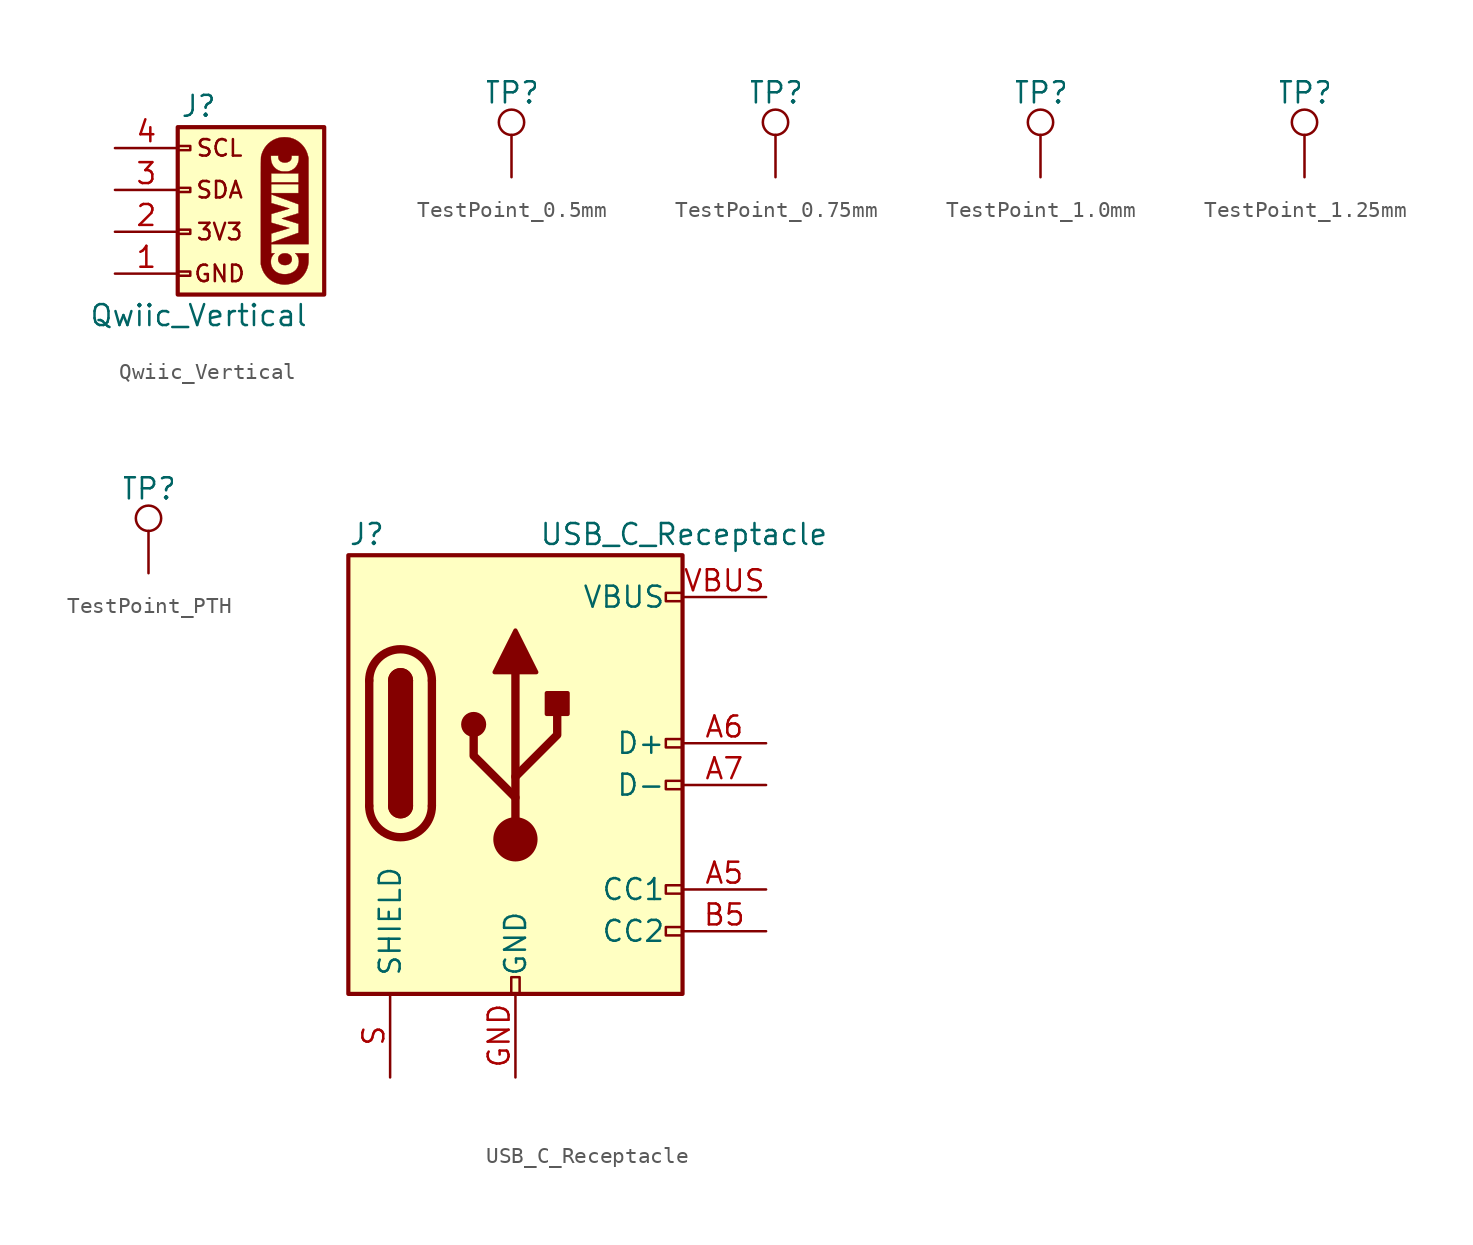
<source format=kicad_sym>
(kicad_symbol_lib
  (version 20241209)
  (generator "kicad_symbol_editor")
  (generator_version "9.0")
  (symbol "Qwiic_Vertical"
    (pin_names
      (offset 1.016)
      (hide yes))
    (property "Reference" "J"
      (at 0 5.08 0)
      (effects (font (size 1.27 1.27))))
    (property "Value" "Qwiic_Vertical"
      (at 0 -7.62 0)
      (effects (font (size 1.27 1.27))))
    (symbol "Qwiic_Vertical_0_0"
      (polyline (pts (xy 5.651 -4.146) (xy 5.63 -4.065) (xy 5.592 -3.998) (xy 5.537 -3.943) (xy 5.463 -3.896) (xy 5.439 -3.884) (xy 5.402 -3.868) (xy 5.368 -3.858) (xy 5.329 -3.852) (xy 5.277 -3.849) (xy 5.218 -3.847) (xy 5.123 -3.856) (xy 5.04 -3.88) (xy 4.97 -3.92) (xy 4.908 -3.976) (xy 4.894 -3.992) (xy 4.854 -4.055) (xy 4.831 -4.124) (xy 4.824 -4.205) (xy 4.824 -4.222) (xy 4.834 -4.301) (xy 4.861 -4.369) (xy 4.905 -4.431) (xy 4.933 -4.459) (xy 5.001 -4.509) (xy 5.079 -4.542) (xy 5.17 -4.559) (xy 5.274 -4.561) (xy 5.326 -4.556) (xy 5.42 -4.535) (xy 5.499 -4.497) (xy 5.564 -4.444) (xy 5.613 -4.376) (xy 5.647 -4.293) (xy 5.65 -4.279) (xy 5.656 -4.232) (xy 5.656 -4.188) (xy 5.651 -4.146)) (stroke (width 0.01) (type default)) (fill (type outline)))
      (polyline (pts (xy 6.669 -0.679) (xy 6.666 1.933) (xy 6.642 2.039) (xy 6.63 2.087) (xy 6.579 2.253) (xy 6.514 2.404) (xy 6.434 2.543) (xy 6.336 2.673) (xy 6.221 2.796) (xy 6.17 2.843) (xy 6.03 2.953) (xy 5.884 3.042) (xy 5.729 3.111) (xy 5.567 3.161) (xy 5.395 3.19) (xy 5.215 3.2) (xy 5.17 3.199) (xy 5.006 3.187) (xy 4.851 3.157) (xy 4.701 3.108) (xy 4.551 3.04) (xy 4.51 3.019) (xy 4.361 2.924) (xy 4.226 2.813) (xy 4.107 2.687) (xy 4.003 2.547) (xy 3.916 2.395) (xy 3.847 2.229) (xy 3.795 2.053) (xy 3.793 2.045) (xy 3.791 2.036) (xy 3.789 2.024) (xy 3.788 2.011) (xy 3.786 1.994) (xy 3.785 1.973) (xy 3.784 1.948) (xy 3.783 1.918) (xy 3.781 1.881) (xy 3.78 1.838) (xy 3.78 1.787) (xy 3.779 1.728) (xy 3.778 1.659) (xy 3.777 1.581) (xy 3.777 1.492) (xy 3.776 1.393) (xy 3.776 1.28) (xy 3.776 1.156) (xy 3.775 1.017) (xy 3.775 0.865) (xy 3.775 0.697) (xy 3.775 0.514) (xy 3.775 0.314) (xy 3.775 0.097) (xy 3.775 -0.139) (xy 3.774 -0.393) (xy 3.774 -0.666) (xy 3.774 -0.96) (xy 3.774 -1.274) (xy 3.774 -4.515) (xy 3.804 -4.632) (xy 3.824 -4.703) (xy 3.884 -4.868) (xy 3.961 -5.021) (xy 4.056 -5.162) (xy 4.17 -5.295) (xy 4.295 -5.412) (xy 4.436 -5.516) (xy 4.586 -5.601) (xy 4.746 -5.666) (xy 4.916 -5.712) (xy 5.096 -5.739) (xy 5.257 -5.744) (xy 5.423 -5.729) (xy 5.589 -5.695) (xy 5.753 -5.642) (xy 5.824 -5.612) (xy 5.973 -5.533) (xy 6.111 -5.436) (xy 6.237 -5.324) (xy 6.349 -5.198) (xy 6.447 -5.06) (xy 6.528 -4.911) (xy 6.593 -4.753) (xy 6.638 -4.588) (xy 6.665 -4.417) (xy 6.665 -4.405) (xy 6.666 -4.37) (xy 6.668 -4.32) (xy 6.669 -4.257) (xy 6.67 -4.186) (xy 6.67 -4.11) (xy 6.672 -3.846) (xy 6.266 -3.846) (xy 5.859 -3.846) (xy 5.922 -3.91) (xy 5.935 -3.924) (xy 6 -4.011) (xy 6.047 -4.11) (xy 6.075 -4.219) (xy 6.085 -4.338) (xy 6.078 -4.451) (xy 6.052 -4.575) (xy 6.007 -4.694) (xy 5.952 -4.786) (xy 5.877 -4.875) (xy 5.786 -4.952) (xy 5.683 -5.013) (xy 5.631 -5.037) (xy 5.564 -5.064) (xy 5.498 -5.083) (xy 5.425 -5.098) (xy 5.338 -5.11) (xy 5.245 -5.116) (xy 5.122 -5.111) (xy 5 -5.094) (xy 4.886 -5.064) (xy 4.786 -5.023) (xy 4.683 -4.962) (xy 4.588 -4.882) (xy 4.509 -4.788) (xy 4.447 -4.681) (xy 4.404 -4.563) (xy 4.403 -4.561) (xy 4.391 -4.499) (xy 4.385 -4.424) (xy 4.383 -4.345) (xy 4.387 -4.266) (xy 4.396 -4.196) (xy 4.409 -4.14) (xy 4.432 -4.082) (xy 4.485 -3.988) (xy 4.555 -3.903) (xy 4.611 -3.846) (xy 4.505 -3.846) (xy 4.4 -3.846) (xy 4.4 -3.569) (xy 4.4 -3.291) (xy 4.405 -3.291) (xy 4.405 -3.202) (xy 4.402 -2.93) (xy 4.402 -2.896) (xy 4.402 -2.808) (xy 4.402 -2.739) (xy 4.404 -2.691) (xy 4.407 -2.661) (xy 4.411 -2.65) (xy 4.414 -2.648) (xy 4.434 -2.642) (xy 4.472 -2.63) (xy 4.527 -2.613) (xy 4.595 -2.592) (xy 4.676 -2.568) (xy 4.767 -2.541) (xy 4.866 -2.512) (xy 4.971 -2.481) (xy 5.017 -2.467) (xy 5.119 -2.437) (xy 5.213 -2.409) (xy 5.298 -2.383) (xy 5.371 -2.36) (xy 5.431 -2.341) (xy 5.475 -2.326) (xy 5.503 -2.317) (xy 5.511 -2.312) (xy 5.505 -2.31) (xy 5.48 -2.302) (xy 5.437 -2.288) (xy 5.379 -2.271) (xy 5.309 -2.25) (xy 5.228 -2.226) (xy 5.138 -2.2) (xy 5.041 -2.172) (xy 4.985 -2.156) (xy 4.886 -2.128) (xy 4.793 -2.101) (xy 4.706 -2.076) (xy 4.63 -2.054) (xy 4.567 -2.035) (xy 4.519 -2.021) (xy 4.489 -2.012) (xy 4.399 -1.985) (xy 4.402 -1.723) (xy 4.405 -1.461) (xy 4.584 -1.408) (xy 4.616 -1.399) (xy 4.774 -1.353) (xy 4.912 -1.313) (xy 5.032 -1.278) (xy 5.135 -1.248) (xy 5.222 -1.222) (xy 5.295 -1.2) (xy 5.354 -1.182) (xy 5.402 -1.168) (xy 5.438 -1.156) (xy 5.465 -1.147) (xy 5.483 -1.139) (xy 5.495 -1.134) (xy 5.5 -1.13) (xy 5.5 -1.126) (xy 5.497 -1.124) (xy 5.492 -1.121) (xy 5.49 -1.121) (xy 5.469 -1.114) (xy 5.43 -1.102) (xy 5.374 -1.085) (xy 5.305 -1.064) (xy 5.224 -1.04) (xy 5.133 -1.013) (xy 5.034 -0.984) (xy 4.93 -0.953) (xy 4.4 -0.797) (xy 4.4 -0.533) (xy 4.4 -0.479) (xy 4.4 -0.411) (xy 4.402 -0.353) (xy 4.403 -0.308) (xy 4.405 -0.279) (xy 4.407 -0.269) (xy 4.409 -0.269) (xy 4.428 -0.276) (xy 4.466 -0.289) (xy 4.52 -0.309) (xy 4.59 -0.334) (xy 4.673 -0.364) (xy 4.768 -0.399) (xy 4.874 -0.437) (xy 4.988 -0.479) (xy 5.11 -0.524) (xy 5.238 -0.57) (xy 6.063 -0.872) (xy 6.063 -0.193) (xy 5.231 -0.193) (xy 4.4 -0.193) (xy 4.4 0.079) (xy 4.4 0.351) (xy 5.231 0.351) (xy 6.063 0.351) (xy 6.063 0.46) (xy 5.231 0.46) (xy 4.4 0.46) (xy 4.4 0.732) (xy 4.4 1.004) (xy 5.231 1.004) (xy 5.237 1.004) (xy 5.237 1.118) (xy 5.146 1.119) (xy 5.067 1.125) (xy 4.997 1.136) (xy 4.933 1.153) (xy 4.868 1.178) (xy 4.797 1.213) (xy 4.766 1.23) (xy 4.681 1.29) (xy 4.601 1.365) (xy 4.531 1.449) (xy 4.478 1.536) (xy 4.469 1.556) (xy 4.431 1.646) (xy 4.405 1.735) (xy 4.391 1.83) (xy 4.385 1.939) (xy 4.383 2.075) (xy 4.609 2.078) (xy 4.835 2.08) (xy 4.835 1.996) (xy 4.837 1.948) (xy 4.849 1.886) (xy 4.874 1.832) (xy 4.914 1.779) (xy 4.973 1.729) (xy 5.046 1.692) (xy 5.128 1.669) (xy 5.215 1.659) (xy 5.304 1.663) (xy 5.39 1.681) (xy 5.47 1.714) (xy 5.54 1.76) (xy 5.573 1.792) (xy 5.607 1.844) (xy 5.628 1.907) (xy 5.637 1.984) (xy 5.642 2.08) (xy 5.861 2.078) (xy 6.08 2.075) (xy 6.081 1.971) (xy 6.081 1.921) (xy 6.074 1.813) (xy 6.055 1.716) (xy 6.024 1.62) (xy 5.978 1.52) (xy 5.934 1.446) (xy 5.857 1.35) (xy 5.765 1.27) (xy 5.659 1.206) (xy 5.625 1.189) (xy 5.565 1.163) (xy 5.51 1.143) (xy 5.455 1.131) (xy 5.395 1.123) (xy 5.324 1.119) (xy 5.237 1.118) (xy 5.237 1.004) (xy 6.063 1.004) (xy 6.063 0.732) (xy 6.063 0.46) (xy 6.063 0.351) (xy 6.063 0.079) (xy 6.063 -0.193) (xy 6.063 -0.872) (xy 6.063 -1.144) (xy 6.063 -1.416) (xy 5.552 -1.573) (xy 5.536 -1.578) (xy 5.436 -1.609) (xy 5.344 -1.638) (xy 5.26 -1.664) (xy 5.188 -1.687) (xy 5.129 -1.707) (xy 5.085 -1.722) (xy 5.058 -1.732) (xy 5.049 -1.737) (xy 5.049 -1.737) (xy 5.062 -1.742) (xy 5.094 -1.753) (xy 5.142 -1.768) (xy 5.205 -1.789) (xy 5.28 -1.812) (xy 5.366 -1.839) (xy 5.46 -1.869) (xy 5.56 -1.9) (xy 6.063 -2.056) (xy 6.063 -2.328) (xy 6.063 -2.601) (xy 5.234 -2.902) (xy 4.405 -3.202) (xy 4.405 -3.291) (xy 5.536 -3.291) (xy 6.673 -3.291) (xy 6.669 -0.679)) (stroke (width 0.01) (type default)) (fill (type outline))))
    (symbol "Qwiic_Vertical_1_1"
      (rectangle (start -1.27 3.81) (end 7.62 -6.35) (stroke (width 0.254) (type default)) (fill (type background)))
      (rectangle (start -1.27 2.667) (end -0.508 2.413) (stroke (width 0.152) (type default)) (fill (type none)))
      (rectangle (start -1.27 0.127) (end -0.508 -0.127) (stroke (width 0.152) (type default)) (fill (type none)))
      (rectangle (start -1.27 -2.413) (end -0.508 -2.667) (stroke (width 0.152) (type default)) (fill (type none)))
      (rectangle (start -1.27 -4.953) (end -0.508 -5.207) (stroke (width 0.152) (type default)) (fill (type none)))
      (text "SCL" (at 1.27 2.54 0) (effects (font (size 1 1))))
      (text "SDA" (at 1.27 0 0) (effects (font (size 1 1))))
      (text "3V3" (at 1.27 -2.54 0) (effects (font (size 1 1))))
      (text "GND" (at 1.27 -5.08 0) (effects (font (size 1 1))))
      (pin passive line (at -5.08 2.54 0) (length 3.81) (name "Pin_4" (effects (font (size 1.27 1.27)))) (number "4" (effects (font (size 1.27 1.27)))))
      (pin passive line (at -5.08 0 0) (length 3.81) (name "Pin_3" (effects (font (size 1.27 1.27)))) (number "3" (effects (font (size 1.27 1.27)))))
      (pin passive line (at -5.08 -2.54 0) (length 3.81) (name "Pin_2" (effects (font (size 1.27 1.27)))) (number "2" (effects (font (size 1.27 1.27)))))
      (pin passive line (at -5.08 -5.08 0) (length 3.81) (name "Pin_1" (effects (font (size 1.27 1.27)))) (number "1" (effects (font (size 1.27 1.27)))))
      (pin no_connect line (at 2.54 3.81 270) (length 2.54) (hide yes) (name "NC" (effects (font (size 1.27 1.27)))) (number "NC1" (effects (font (size 1.27 1.27)))))
      (pin no_connect line (at 2.54 3.81 270) (length 2.54) (hide yes) (name "NC" (effects (font (size 1.27 1.27)))) (number "NC2" (effects (font (size 1.27 1.27)))))))
  (symbol "TestPoint_0.5mm"
    (pin_numbers
      (hide yes))
    (pin_names
      (offset 0.762)
      (hide yes))
    (property "Reference" "TP"
      (at 0 5.08 0)
      (do_not_autoplace)
      (effects (font (size 1.27 1.27))))
    (symbol "TestPoint_0.5mm_0_1"
      (circle (center 0 3.302) (radius 0.762) (stroke (width 0) (type default)) (fill (type none))))
    (symbol "TestPoint_0.5mm_1_1"
      (pin passive line (at 0 0 90) (length 2.54) (name "1" (effects (font (size 1.27 1.27)))) (number "1" (effects (font (size 1.27 1.27)))))))
  (symbol "TestPoint_0.75mm"
    (pin_numbers
      (hide yes))
    (pin_names
      (offset 0)
      (hide yes))
    (property "Reference" "TP"
      (at 0 5.08 0)
      (do_not_autoplace)
      (effects (font (size 1.27 1.27))))
    (symbol "TestPoint_0.75mm_0_1"
      (circle (center 0 3.302) (radius 0.762) (stroke (width 0) (type default)) (fill (type none))))
    (symbol "TestPoint_0.75mm_1_1"
      (pin passive line (at 0 0 90) (length 2.54) (name "1" (effects (font (size 1.27 1.27)))) (number "1" (effects (font (size 1.27 1.27)))))))
  (symbol "TestPoint_1.0mm"
    (pin_numbers
      (hide yes))
    (pin_names
      (offset 0.762)
      (hide yes))
    (property "Reference" "TP"
      (at 0 5.08 0)
      (do_not_autoplace)
      (effects (font (size 1.27 1.27))))
    (symbol "TestPoint_1.0mm_0_1"
      (circle (center 0 3.302) (radius 0.762) (stroke (width 0) (type default)) (fill (type none))))
    (symbol "TestPoint_1.0mm_1_1"
      (pin passive line (at 0 0 90) (length 2.54) (name "1" (effects (font (size 1.27 1.27)))) (number "1" (effects (font (size 1.27 1.27)))))))
  (symbol "TestPoint_1.25mm"
    (pin_numbers
      (hide yes))
    (pin_names
      (offset 0.762)
      (hide yes))
    (property "Reference" "TP"
      (at 0 5.08 0)
      (do_not_autoplace)
      (effects (font (size 1.27 1.27))))
    (symbol "TestPoint_1.25mm_0_1"
      (circle (center 0 3.302) (radius 0.762) (stroke (width 0) (type default)) (fill (type none))))
    (symbol "TestPoint_1.25mm_1_1"
      (pin passive line (at 0 0 90) (length 2.54) (name "1" (effects (font (size 1.27 1.27)))) (number "1" (effects (font (size 1.27 1.27)))))))
  (symbol "TestPoint_PTH"
    (pin_numbers
      (hide yes))
    (pin_names
      (offset 0.762)
      (hide yes))
    (property "Reference" "TP"
      (at 0 5.08 0)
      (do_not_autoplace)
      (effects (font (size 1.27 1.27))))
    (symbol "TestPoint_PTH_0_1"
      (circle (center 0 3.302) (radius 0.762) (stroke (width 0) (type default)) (fill (type none))))
    (symbol "TestPoint_PTH_1_1"
      (pin passive line (at 0 0 90) (length 2.54) (name "1" (effects (font (size 1.27 1.27)))) (number "1" (effects (font (size 1.27 1.27)))))))
  (symbol "USB_C_Receptacle"
    (pin_names
      (offset 1.016))
    (property "Reference" "J"
      (at -10.16 12.7 0)
      (effects (font (size 1.27 1.27)) (justify left)))
    (property "Value" "USB_C_Receptacle"
      (at 19.05 12.7 0)
      (effects (font (size 1.27 1.27)) (justify right)))
    (symbol "USB_C_Receptacle_0_0"
      (rectangle (start -0.254 -15.24) (end 0.254 -14.224) (stroke (width 0) (type default)) (fill (type none)))
      (rectangle (start 10.16 9.144) (end 9.144 8.636) (stroke (width 0) (type default)) (fill (type none)))
      (rectangle (start 10.16 0.254) (end 9.144 -0.254) (stroke (width 0) (type default)) (fill (type none)))
      (rectangle (start 10.16 -2.286) (end 9.144 -2.794) (stroke (width 0) (type default)) (fill (type none)))
      (rectangle (start 10.16 -8.636) (end 9.144 -9.144) (stroke (width 0) (type default)) (fill (type none)))
      (rectangle (start 10.16 -11.176) (end 9.144 -11.684) (stroke (width 0) (type default)) (fill (type none))))
    (symbol "USB_C_Receptacle_0_1"
      (rectangle (start -10.16 11.43) (end 10.16 -15.24) (stroke (width 0.254) (type default)) (fill (type background)))
      (polyline (pts (xy -8.89 -3.81) (xy -8.89 3.81)) (stroke (width 0.508) (type default)) (fill (type none)))
      (rectangle (start -7.62 -3.81) (end -6.35 3.81) (stroke (width 0.254) (type default)) (fill (type outline)))
      (arc (start -7.62 3.81) (mid -6.985 4.4423) (end -6.35 3.81) (stroke (width 0.254) (type default)) (fill (type none)))
      (arc (start -7.62 3.81) (mid -6.985 4.4423) (end -6.35 3.81) (stroke (width 0.254) (type default)) (fill (type outline)))
      (arc (start -8.89 3.81) (mid -6.985 5.7067) (end -5.08 3.81) (stroke (width 0.508) (type default)) (fill (type none)))
      (arc (start -5.08 -3.81) (mid -6.985 -5.7067) (end -8.89 -3.81) (stroke (width 0.508) (type default)) (fill (type none)))
      (arc (start -6.35 -3.81) (mid -6.985 -4.4423) (end -7.62 -3.81) (stroke (width 0.254) (type default)) (fill (type none)))
      (arc (start -6.35 -3.81) (mid -6.985 -4.4423) (end -7.62 -3.81) (stroke (width 0.254) (type default)) (fill (type outline)))
      (polyline (pts (xy -5.08 3.81) (xy -5.08 -3.81)) (stroke (width 0.508) (type default)) (fill (type none)))
      (circle (center -2.54 1.143) (radius 0.635) (stroke (width 0.254) (type default)) (fill (type outline)))
      (polyline (pts (xy -1.27 4.318) (xy 0 6.858) (xy 1.27 4.318) (xy -1.27 4.318)) (stroke (width 0.254) (type default)) (fill (type outline)))
      (polyline (pts (xy 0 -2.032) (xy 2.54 0.508) (xy 2.54 1.778)) (stroke (width 0.508) (type default)) (fill (type none)))
      (polyline (pts (xy 0 -3.302) (xy -2.54 -0.762) (xy -2.54 0.508)) (stroke (width 0.508) (type default)) (fill (type none)))
      (polyline (pts (xy 0 -5.842) (xy 0 4.318)) (stroke (width 0.508) (type default)) (fill (type none)))
      (circle (center 0 -5.842) (radius 1.27) (stroke (width 0) (type default)) (fill (type outline)))
      (rectangle (start 1.905 1.778) (end 3.175 3.048) (stroke (width 0.254) (type default)) (fill (type outline))))
    (symbol "USB_C_Receptacle_1_1"
      (pin passive line (at -7.62 -20.32 90) (length 5.08) (name "SHIELD" (effects (font (size 1.27 1.27)))) (number "S" (effects (font (size 1.27 1.27)))))
      (pin no_connect line (at -5.08 -15.24 90) (length 5.08) (hide yes) (name "NC" (effects (font (size 1.27 1.27)))) (number "NC1" (effects (font (size 1.27 1.27)))))
      (pin no_connect line (at -3.81 -15.24 90) (length 5.08) (hide yes) (name "NC" (effects (font (size 1.27 1.27)))) (number "NC2" (effects (font (size 1.27 1.27)))))
      (pin no_connect line (at -2.54 -15.24 90) (length 5.08) (hide yes) (name "NC" (effects (font (size 1.27 1.27)))) (number "NC3" (effects (font (size 1.27 1.27)))))
      (pin passive line (at 0 -20.32 90) (length 5.08) (name "GND" (effects (font (size 1.27 1.27)))) (number "GND" (effects (font (size 1.27 1.27)))))
      (pin no_connect line (at 2.54 -15.24 90) (length 5.08) (hide yes) (name "NC" (effects (font (size 1.27 1.27)))) (number "A8" (effects (font (size 1.27 1.27)))))
      (pin no_connect line (at 3.81 -15.24 90) (length 5.08) (hide yes) (name "NC" (effects (font (size 1.27 1.27)))) (number "B8" (effects (font (size 1.27 1.27)))))
      (pin power_out line (at 15.24 8.89 180) (length 5.08) (name "VBUS" (effects (font (size 1.27 1.27)))) (number "VBUS" (effects (font (size 1.27 1.27)))))
      (pin bidirectional line (at 15.24 0 180) (length 5.08) (name "D+" (effects (font (size 1.27 1.27)))) (number "A6" (effects (font (size 1.27 1.27)))))
      (pin bidirectional line (at 15.24 0 180) (length 5.08) (hide yes) (name "D+" (effects (font (size 1.27 1.27)))) (number "B6" (effects (font (size 1.27 1.27)))))
      (pin bidirectional line (at 15.24 -2.54 180) (length 5.08) (name "D-" (effects (font (size 1.27 1.27)))) (number "A7" (effects (font (size 1.27 1.27)))))
      (pin bidirectional line (at 15.24 -2.54 180) (length 5.08) (hide yes) (name "D-" (effects (font (size 1.27 1.27)))) (number "B7" (effects (font (size 1.27 1.27)))))
      (pin bidirectional line (at 15.24 -8.89 180) (length 5.08) (name "CC1" (effects (font (size 1.27 1.27)))) (number "A5" (effects (font (size 1.27 1.27)))))
      (pin bidirectional line (at 15.24 -11.43 180) (length 5.08) (name "CC2" (effects (font (size 1.27 1.27)))) (number "B5" (effects (font (size 1.27 1.27))))))))
</source>
